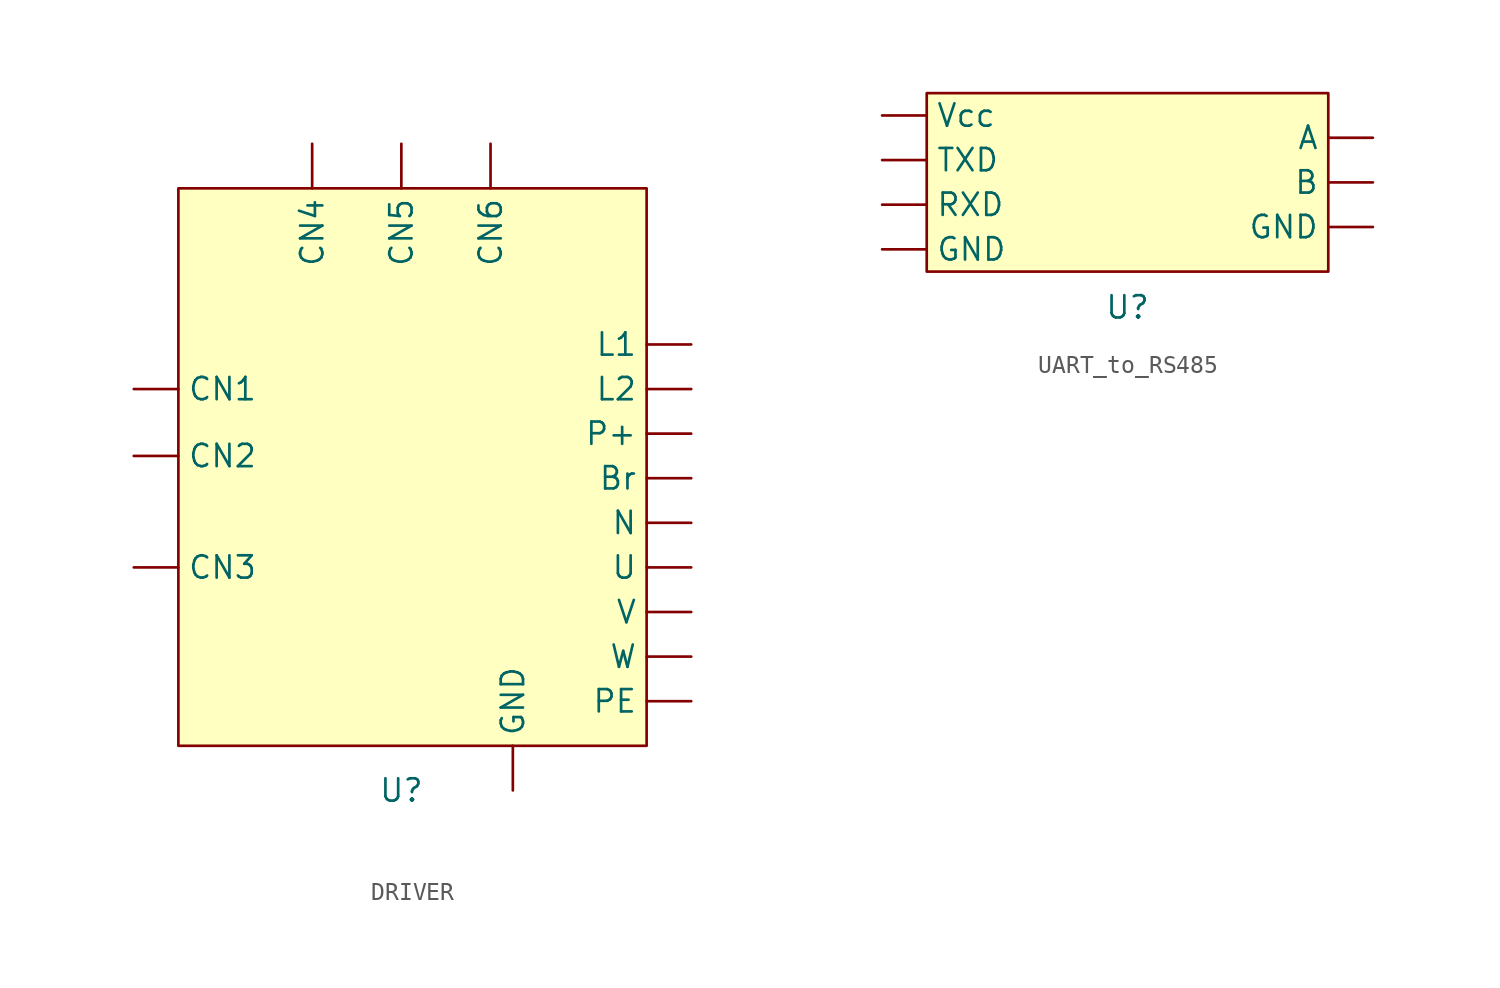
<source format=kicad_sym>
(kicad_symbol_lib
  (version 20231120)
  (generator "kicad_symbol_editor")
  (generator_version "8.0")
  (symbol "DRIVER"
    (property "Reference" "U"
      (at 0 -19.05 0)
      (effects (font (size 1.27 1.27))))
    (property "Value" ""
      (at 0 0 0)
      (effects (font (size 1.27 1.27))))
    (symbol "DRIVER_1_1"
      (rectangle (start -12.7 15.24) (end 13.97 -16.51) (stroke (width 0) (type default)) (fill (type background)))
      (pin bidirectional line (at 16.51 -1.27 180) (length 2.54) (name "Br" (effects (font (size 1.27 1.27)))) (number "" (effects (font (size 1.27 1.27)))))
      (pin bidirectional line (at -15.24 3.81 0) (length 2.54) (name "CN1" (effects (font (size 1.27 1.27)))) (number "" (effects (font (size 1.27 1.27)))))
      (pin bidirectional line (at -15.24 0 0) (length 2.54) (name "CN2" (effects (font (size 1.27 1.27)))) (number "" (effects (font (size 1.27 1.27)))))
      (pin bidirectional line (at -15.24 -6.35 0) (length 2.54) (name "CN3" (effects (font (size 1.27 1.27)))) (number "" (effects (font (size 1.27 1.27)))))
      (pin bidirectional line (at -5.08 17.78 270) (length 2.54) (name "CN4" (effects (font (size 1.27 1.27)))) (number "" (effects (font (size 1.27 1.27)))))
      (pin bidirectional line (at 0 17.78 270) (length 2.54) (name "CN5" (effects (font (size 1.27 1.27)))) (number "" (effects (font (size 1.27 1.27)))))
      (pin bidirectional line (at 5.08 17.78 270) (length 2.54) (name "CN6" (effects (font (size 1.27 1.27)))) (number "" (effects (font (size 1.27 1.27)))))
      (pin bidirectional line (at 6.35 -19.05 90) (length 2.54) (name "GND" (effects (font (size 1.27 1.27)))) (number "" (effects (font (size 1.27 1.27)))))
      (pin bidirectional line (at 16.51 6.35 180) (length 2.54) (name "L1" (effects (font (size 1.27 1.27)))) (number "" (effects (font (size 1.27 1.27)))))
      (pin bidirectional line (at 16.51 3.81 180) (length 2.54) (name "L2" (effects (font (size 1.27 1.27)))) (number "" (effects (font (size 1.27 1.27)))))
      (pin bidirectional line (at 16.51 -3.81 180) (length 2.54) (name "N" (effects (font (size 1.27 1.27)))) (number "" (effects (font (size 1.27 1.27)))))
      (pin bidirectional line (at 16.51 1.27 180) (length 2.54) (name "P+" (effects (font (size 1.27 1.27)))) (number "" (effects (font (size 1.27 1.27)))))
      (pin bidirectional line (at 16.51 -13.97 180) (length 2.54) (name "PE" (effects (font (size 1.27 1.27)))) (number "" (effects (font (size 1.27 1.27)))))
      (pin bidirectional line (at 16.51 -6.35 180) (length 2.54) (name "U" (effects (font (size 1.27 1.27)))) (number "" (effects (font (size 1.27 1.27)))))
      (pin bidirectional line (at 16.51 -8.89 180) (length 2.54) (name "V" (effects (font (size 1.27 1.27)))) (number "" (effects (font (size 1.27 1.27)))))
      (pin bidirectional line (at 16.51 -11.43 180) (length 2.54) (name "W" (effects (font (size 1.27 1.27)))) (number "" (effects (font (size 1.27 1.27)))))))
  (symbol "UART_to_RS485"
    (property "Reference" "U"
      (at 0 -7.112 0)
      (effects (font (size 1.27 1.27))))
    (property "Value" ""
      (at 0 0 0)
      (effects (font (size 1.27 1.27))))
    (symbol "UART_to_RS485_1_1"
      (rectangle (start -11.43 5.08) (end 11.43 -5.08) (stroke (width 0) (type default)) (fill (type background)))
      (pin bidirectional line (at 13.97 2.54 180) (length 2.54) (name "A" (effects (font (size 1.27 1.27)))) (number "" (effects (font (size 1.27 1.27)))))
      (pin bidirectional line (at 13.97 0 180) (length 2.54) (name "B" (effects (font (size 1.27 1.27)))) (number "" (effects (font (size 1.27 1.27)))))
      (pin passive line (at -13.97 -3.81 0) (length 2.54) (name "GND" (effects (font (size 1.27 1.27)))) (number "" (effects (font (size 1.27 1.27)))))
      (pin passive line (at 13.97 -2.54 180) (length 2.54) (name "GND" (effects (font (size 1.27 1.27)))) (number "" (effects (font (size 1.27 1.27)))))
      (pin bidirectional line (at -13.97 -1.27 0) (length 2.54) (name "RXD" (effects (font (size 1.27 1.27)))) (number "" (effects (font (size 1.27 1.27)))))
      (pin bidirectional line (at -13.97 1.27 0) (length 2.54) (name "TXD" (effects (font (size 1.27 1.27)))) (number "" (effects (font (size 1.27 1.27)))))
      (pin input line (at -13.97 3.81 0) (length 2.54) (name "Vcc" (effects (font (size 1.27 1.27)))) (number "" (effects (font (size 1.27 1.27))))))))
</source>
